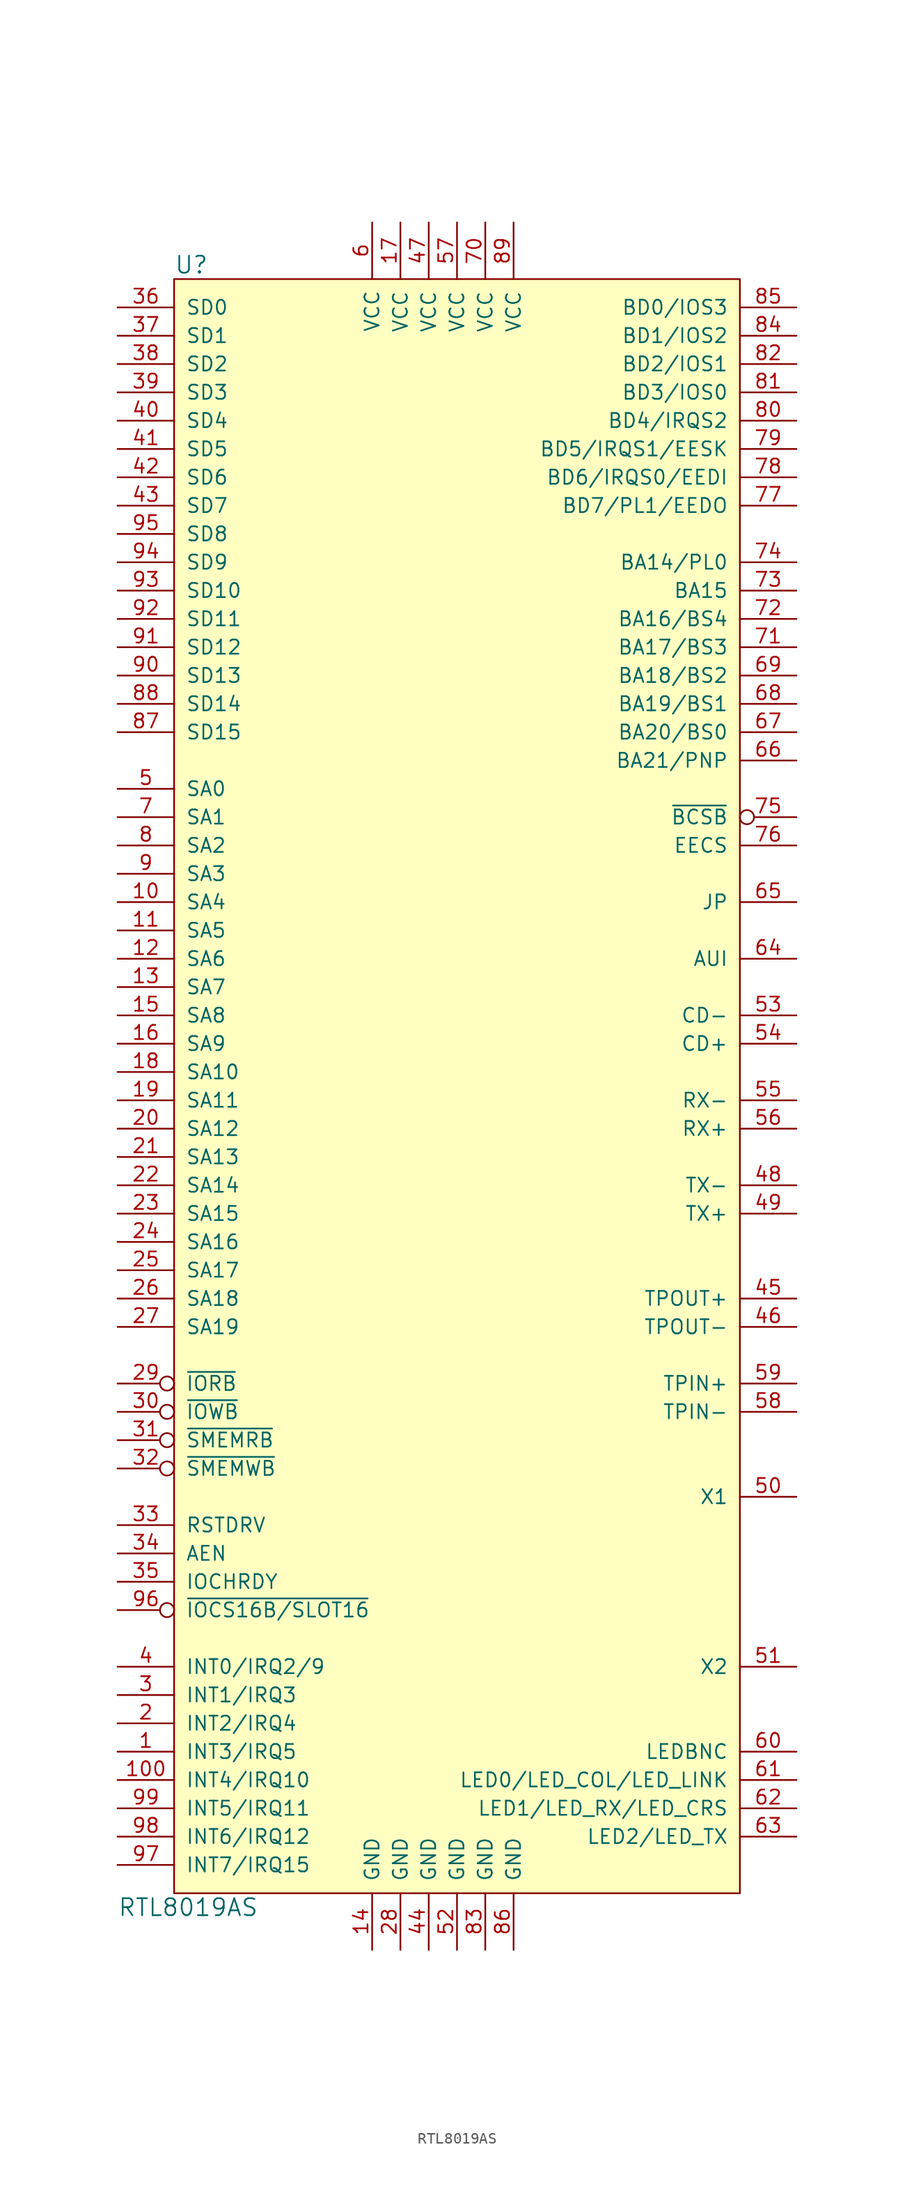
<source format=kicad_sym>
(kicad_symbol_lib
  (version 20211014)
  (generator kicad_symbol_editor)
  (symbol "RTL8019AS"
    (pin_names
      (offset 1.016))
    (property "Reference" "U"
      (at -25.4 73.66 0)
      (effects (font (size 1.524 1.524)) (justify left)))
    (property "Value" "RTL8019AS"
      (at -30.48 -73.66 0)
      (effects (font (size 1.524 1.524)) (justify left)))
    (property "Footprint" ""
      (at 0 13.97 0)
      (effects (font (size 1.524 1.524))))
    (property "Datasheet" ""
      (at 0 13.97 0)
      (effects (font (size 1.524 1.524))))
    (symbol "RTL8019AS_0_1"
      (rectangle (start -25.4 72.39) (end 25.4 -72.39) (stroke (width 0) (type default) (color 0 0 0 0)) (fill (type background))))
    (symbol "RTL8019AS_1_1"
      (pin open_collector line (at -30.48 -59.69 0) (length 5.08) (name "INT3/IRQ5" (effects (font (size 1.27 1.27)))) (number "1" (effects (font (size 1.27 1.27)))))
      (pin input line (at -30.48 16.51 0) (length 5.08) (name "SA4" (effects (font (size 1.27 1.27)))) (number "10" (effects (font (size 1.27 1.27)))))
      (pin open_collector line (at -30.48 -62.23 0) (length 5.08) (name "INT4/IRQ10" (effects (font (size 1.27 1.27)))) (number "100" (effects (font (size 1.27 1.27)))))
      (pin input line (at -30.48 13.97 0) (length 5.08) (name "SA5" (effects (font (size 1.27 1.27)))) (number "11" (effects (font (size 1.27 1.27)))))
      (pin input line (at -30.48 11.43 0) (length 5.08) (name "SA6" (effects (font (size 1.27 1.27)))) (number "12" (effects (font (size 1.27 1.27)))))
      (pin input line (at -30.48 8.89 0) (length 5.08) (name "SA7" (effects (font (size 1.27 1.27)))) (number "13" (effects (font (size 1.27 1.27)))))
      (pin power_in line (at -7.62 -77.47 90) (length 5.08) (name "GND" (effects (font (size 1.27 1.27)))) (number "14" (effects (font (size 1.27 1.27)))))
      (pin input line (at -30.48 6.35 0) (length 5.08) (name "SA8" (effects (font (size 1.27 1.27)))) (number "15" (effects (font (size 1.27 1.27)))))
      (pin input line (at -30.48 3.81 0) (length 5.08) (name "SA9" (effects (font (size 1.27 1.27)))) (number "16" (effects (font (size 1.27 1.27)))))
      (pin power_in line (at -5.08 77.47 270) (length 5.08) (name "VCC" (effects (font (size 1.27 1.27)))) (number "17" (effects (font (size 1.27 1.27)))))
      (pin input line (at -30.48 1.27 0) (length 5.08) (name "SA10" (effects (font (size 1.27 1.27)))) (number "18" (effects (font (size 1.27 1.27)))))
      (pin input line (at -30.48 -1.27 0) (length 5.08) (name "SA11" (effects (font (size 1.27 1.27)))) (number "19" (effects (font (size 1.27 1.27)))))
      (pin open_collector line (at -30.48 -57.15 0) (length 5.08) (name "INT2/IRQ4" (effects (font (size 1.27 1.27)))) (number "2" (effects (font (size 1.27 1.27)))))
      (pin input line (at -30.48 -3.81 0) (length 5.08) (name "SA12" (effects (font (size 1.27 1.27)))) (number "20" (effects (font (size 1.27 1.27)))))
      (pin input line (at -30.48 -6.35 0) (length 5.08) (name "SA13" (effects (font (size 1.27 1.27)))) (number "21" (effects (font (size 1.27 1.27)))))
      (pin input line (at -30.48 -8.89 0) (length 5.08) (name "SA14" (effects (font (size 1.27 1.27)))) (number "22" (effects (font (size 1.27 1.27)))))
      (pin input line (at -30.48 -11.43 0) (length 5.08) (name "SA15" (effects (font (size 1.27 1.27)))) (number "23" (effects (font (size 1.27 1.27)))))
      (pin input line (at -30.48 -13.97 0) (length 5.08) (name "SA16" (effects (font (size 1.27 1.27)))) (number "24" (effects (font (size 1.27 1.27)))))
      (pin input line (at -30.48 -16.51 0) (length 5.08) (name "SA17" (effects (font (size 1.27 1.27)))) (number "25" (effects (font (size 1.27 1.27)))))
      (pin input line (at -30.48 -19.05 0) (length 5.08) (name "SA18" (effects (font (size 1.27 1.27)))) (number "26" (effects (font (size 1.27 1.27)))))
      (pin input line (at -30.48 -21.59 0) (length 5.08) (name "SA19" (effects (font (size 1.27 1.27)))) (number "27" (effects (font (size 1.27 1.27)))))
      (pin power_in line (at -5.08 -77.47 90) (length 5.08) (name "GND" (effects (font (size 1.27 1.27)))) (number "28" (effects (font (size 1.27 1.27)))))
      (pin input inverted (at -30.48 -26.67 0) (length 5.08) (name "~{IORB}" (effects (font (size 1.27 1.27)))) (number "29" (effects (font (size 1.27 1.27)))))
      (pin open_collector line (at -30.48 -54.61 0) (length 5.08) (name "INT1/IRQ3" (effects (font (size 1.27 1.27)))) (number "3" (effects (font (size 1.27 1.27)))))
      (pin input inverted (at -30.48 -29.21 0) (length 5.08) (name "~{IOWB}" (effects (font (size 1.27 1.27)))) (number "30" (effects (font (size 1.27 1.27)))))
      (pin input inverted (at -30.48 -31.75 0) (length 5.08) (name "~{SMEMRB}" (effects (font (size 1.27 1.27)))) (number "31" (effects (font (size 1.27 1.27)))))
      (pin input inverted (at -30.48 -34.29 0) (length 5.08) (name "~{SMEMWB}" (effects (font (size 1.27 1.27)))) (number "32" (effects (font (size 1.27 1.27)))))
      (pin input line (at -30.48 -39.37 0) (length 5.08) (name "RSTDRV" (effects (font (size 1.27 1.27)))) (number "33" (effects (font (size 1.27 1.27)))))
      (pin input line (at -30.48 -41.91 0) (length 5.08) (name "AEN" (effects (font (size 1.27 1.27)))) (number "34" (effects (font (size 1.27 1.27)))))
      (pin open_collector line (at -30.48 -44.45 0) (length 5.08) (name "IOCHRDY" (effects (font (size 1.27 1.27)))) (number "35" (effects (font (size 1.27 1.27)))))
      (pin bidirectional line (at -30.48 69.85 0) (length 5.08) (name "SD0" (effects (font (size 1.27 1.27)))) (number "36" (effects (font (size 1.27 1.27)))))
      (pin bidirectional line (at -30.48 67.31 0) (length 5.08) (name "SD1" (effects (font (size 1.27 1.27)))) (number "37" (effects (font (size 1.27 1.27)))))
      (pin bidirectional line (at -30.48 64.77 0) (length 5.08) (name "SD2" (effects (font (size 1.27 1.27)))) (number "38" (effects (font (size 1.27 1.27)))))
      (pin bidirectional line (at -30.48 62.23 0) (length 5.08) (name "SD3" (effects (font (size 1.27 1.27)))) (number "39" (effects (font (size 1.27 1.27)))))
      (pin open_collector line (at -30.48 -52.07 0) (length 5.08) (name "INT0/IRQ2/9" (effects (font (size 1.27 1.27)))) (number "4" (effects (font (size 1.27 1.27)))))
      (pin bidirectional line (at -30.48 59.69 0) (length 5.08) (name "SD4" (effects (font (size 1.27 1.27)))) (number "40" (effects (font (size 1.27 1.27)))))
      (pin bidirectional line (at -30.48 57.15 0) (length 5.08) (name "SD5" (effects (font (size 1.27 1.27)))) (number "41" (effects (font (size 1.27 1.27)))))
      (pin bidirectional line (at -30.48 54.61 0) (length 5.08) (name "SD6" (effects (font (size 1.27 1.27)))) (number "42" (effects (font (size 1.27 1.27)))))
      (pin bidirectional line (at -30.48 52.07 0) (length 5.08) (name "SD7" (effects (font (size 1.27 1.27)))) (number "43" (effects (font (size 1.27 1.27)))))
      (pin power_in line (at -2.54 -77.47 90) (length 5.08) (name "GND" (effects (font (size 1.27 1.27)))) (number "44" (effects (font (size 1.27 1.27)))))
      (pin output line (at 30.48 -19.05 180) (length 5.08) (name "TPOUT+" (effects (font (size 1.27 1.27)))) (number "45" (effects (font (size 1.27 1.27)))))
      (pin output line (at 30.48 -21.59 180) (length 5.08) (name "TPOUT-" (effects (font (size 1.27 1.27)))) (number "46" (effects (font (size 1.27 1.27)))))
      (pin power_in line (at -2.54 77.47 270) (length 5.08) (name "VCC" (effects (font (size 1.27 1.27)))) (number "47" (effects (font (size 1.27 1.27)))))
      (pin output line (at 30.48 -8.89 180) (length 5.08) (name "TX-" (effects (font (size 1.27 1.27)))) (number "48" (effects (font (size 1.27 1.27)))))
      (pin output line (at 30.48 -11.43 180) (length 5.08) (name "TX+" (effects (font (size 1.27 1.27)))) (number "49" (effects (font (size 1.27 1.27)))))
      (pin input line (at -30.48 26.67 0) (length 5.08) (name "SA0" (effects (font (size 1.27 1.27)))) (number "5" (effects (font (size 1.27 1.27)))))
      (pin input line (at 30.48 -36.83 180) (length 5.08) (name "X1" (effects (font (size 1.27 1.27)))) (number "50" (effects (font (size 1.27 1.27)))))
      (pin output line (at 30.48 -52.07 180) (length 5.08) (name "X2" (effects (font (size 1.27 1.27)))) (number "51" (effects (font (size 1.27 1.27)))))
      (pin power_in line (at 0 -77.47 90) (length 5.08) (name "GND" (effects (font (size 1.27 1.27)))) (number "52" (effects (font (size 1.27 1.27)))))
      (pin input line (at 30.48 6.35 180) (length 5.08) (name "CD-" (effects (font (size 1.27 1.27)))) (number "53" (effects (font (size 1.27 1.27)))))
      (pin input line (at 30.48 3.81 180) (length 5.08) (name "CD+" (effects (font (size 1.27 1.27)))) (number "54" (effects (font (size 1.27 1.27)))))
      (pin input line (at 30.48 -1.27 180) (length 5.08) (name "RX-" (effects (font (size 1.27 1.27)))) (number "55" (effects (font (size 1.27 1.27)))))
      (pin input line (at 30.48 -3.81 180) (length 5.08) (name "RX+" (effects (font (size 1.27 1.27)))) (number "56" (effects (font (size 1.27 1.27)))))
      (pin power_in line (at 0 77.47 270) (length 5.08) (name "VCC" (effects (font (size 1.27 1.27)))) (number "57" (effects (font (size 1.27 1.27)))))
      (pin input line (at 30.48 -29.21 180) (length 5.08) (name "TPIN-" (effects (font (size 1.27 1.27)))) (number "58" (effects (font (size 1.27 1.27)))))
      (pin input line (at 30.48 -26.67 180) (length 5.08) (name "TPIN+" (effects (font (size 1.27 1.27)))) (number "59" (effects (font (size 1.27 1.27)))))
      (pin power_in line (at -7.62 77.47 270) (length 5.029) (name "VCC" (effects (font (size 1.27 1.27)))) (number "6" (effects (font (size 1.27 1.27)))))
      (pin output line (at 30.48 -59.69 180) (length 5.08) (name "LEDBNC" (effects (font (size 1.27 1.27)))) (number "60" (effects (font (size 1.27 1.27)))))
      (pin output line (at 30.48 -62.23 180) (length 5.08) (name "LED0/LED_COL/LED_LINK" (effects (font (size 1.27 1.27)))) (number "61" (effects (font (size 1.27 1.27)))))
      (pin output line (at 30.48 -64.77 180) (length 5.08) (name "LED1/LED_RX/LED_CRS" (effects (font (size 1.27 1.27)))) (number "62" (effects (font (size 1.27 1.27)))))
      (pin output line (at 30.48 -67.31 180) (length 5.08) (name "LED2/LED_TX" (effects (font (size 1.27 1.27)))) (number "63" (effects (font (size 1.27 1.27)))))
      (pin input line (at 30.48 11.43 180) (length 5.08) (name "AUI" (effects (font (size 1.27 1.27)))) (number "64" (effects (font (size 1.27 1.27)))))
      (pin input line (at 30.48 16.51 180) (length 5.08) (name "JP" (effects (font (size 1.27 1.27)))) (number "65" (effects (font (size 1.27 1.27)))))
      (pin bidirectional line (at 30.48 29.21 180) (length 5.08) (name "BA21/PNP" (effects (font (size 1.27 1.27)))) (number "66" (effects (font (size 1.27 1.27)))))
      (pin bidirectional line (at 30.48 31.75 180) (length 5.08) (name "BA20/BS0" (effects (font (size 1.27 1.27)))) (number "67" (effects (font (size 1.27 1.27)))))
      (pin bidirectional line (at 30.48 34.29 180) (length 5.08) (name "BA19/BS1" (effects (font (size 1.27 1.27)))) (number "68" (effects (font (size 1.27 1.27)))))
      (pin bidirectional line (at 30.48 36.83 180) (length 5.08) (name "BA18/BS2" (effects (font (size 1.27 1.27)))) (number "69" (effects (font (size 1.27 1.27)))))
      (pin input line (at -30.48 24.13 0) (length 5.08) (name "SA1" (effects (font (size 1.27 1.27)))) (number "7" (effects (font (size 1.27 1.27)))))
      (pin power_in line (at 2.54 77.47 270) (length 5.08) (name "VCC" (effects (font (size 1.27 1.27)))) (number "70" (effects (font (size 1.27 1.27)))))
      (pin bidirectional line (at 30.48 39.37 180) (length 5.08) (name "BA17/BS3" (effects (font (size 1.27 1.27)))) (number "71" (effects (font (size 1.27 1.27)))))
      (pin bidirectional line (at 30.48 41.91 180) (length 5.08) (name "BA16/BS4" (effects (font (size 1.27 1.27)))) (number "72" (effects (font (size 1.27 1.27)))))
      (pin output line (at 30.48 44.45 180) (length 5.08) (name "BA15" (effects (font (size 1.27 1.27)))) (number "73" (effects (font (size 1.27 1.27)))))
      (pin bidirectional line (at 30.48 46.99 180) (length 5.08) (name "BA14/PL0" (effects (font (size 1.27 1.27)))) (number "74" (effects (font (size 1.27 1.27)))))
      (pin output inverted (at 30.48 24.13 180) (length 5.08) (name "~{BCSB}" (effects (font (size 1.27 1.27)))) (number "75" (effects (font (size 1.27 1.27)))))
      (pin output line (at 30.48 21.59 180) (length 5.08) (name "EECS" (effects (font (size 1.27 1.27)))) (number "76" (effects (font (size 1.27 1.27)))))
      (pin bidirectional line (at 30.48 52.07 180) (length 5.08) (name "BD7/PL1/EEDO" (effects (font (size 1.27 1.27)))) (number "77" (effects (font (size 1.27 1.27)))))
      (pin bidirectional line (at 30.48 54.61 180) (length 5.08) (name "BD6/IRQS0/EEDI" (effects (font (size 1.27 1.27)))) (number "78" (effects (font (size 1.27 1.27)))))
      (pin bidirectional line (at 30.48 57.15 180) (length 5.08) (name "BD5/IRQS1/EESK" (effects (font (size 1.27 1.27)))) (number "79" (effects (font (size 1.27 1.27)))))
      (pin input line (at -30.48 21.59 0) (length 5.08) (name "SA2" (effects (font (size 1.27 1.27)))) (number "8" (effects (font (size 1.27 1.27)))))
      (pin bidirectional line (at 30.48 59.69 180) (length 5.08) (name "BD4/IRQS2" (effects (font (size 1.27 1.27)))) (number "80" (effects (font (size 1.27 1.27)))))
      (pin bidirectional line (at 30.48 62.23 180) (length 5.08) (name "BD3/IOS0" (effects (font (size 1.27 1.27)))) (number "81" (effects (font (size 1.27 1.27)))))
      (pin bidirectional line (at 30.48 64.77 180) (length 5.08) (name "BD2/IOS1" (effects (font (size 1.27 1.27)))) (number "82" (effects (font (size 1.27 1.27)))))
      (pin power_in line (at 2.54 -77.47 90) (length 5.08) (name "GND" (effects (font (size 1.27 1.27)))) (number "83" (effects (font (size 1.27 1.27)))))
      (pin bidirectional line (at 30.48 67.31 180) (length 5.08) (name "BD1/IOS2" (effects (font (size 1.27 1.27)))) (number "84" (effects (font (size 1.27 1.27)))))
      (pin bidirectional line (at 30.48 69.85 180) (length 5.08) (name "BD0/IOS3" (effects (font (size 1.27 1.27)))) (number "85" (effects (font (size 1.27 1.27)))))
      (pin power_in line (at 5.08 -77.47 90) (length 5.08) (name "GND" (effects (font (size 1.27 1.27)))) (number "86" (effects (font (size 1.27 1.27)))))
      (pin bidirectional line (at -30.48 31.75 0) (length 5.08) (name "SD15" (effects (font (size 1.27 1.27)))) (number "87" (effects (font (size 1.27 1.27)))))
      (pin bidirectional line (at -30.48 34.29 0) (length 5.08) (name "SD14" (effects (font (size 1.27 1.27)))) (number "88" (effects (font (size 1.27 1.27)))))
      (pin power_in line (at 5.08 77.47 270) (length 5.08) (name "VCC" (effects (font (size 1.27 1.27)))) (number "89" (effects (font (size 1.27 1.27)))))
      (pin input line (at -30.48 19.05 0) (length 5.08) (name "SA3" (effects (font (size 1.27 1.27)))) (number "9" (effects (font (size 1.27 1.27)))))
      (pin bidirectional line (at -30.48 36.83 0) (length 5.08) (name "SD13" (effects (font (size 1.27 1.27)))) (number "90" (effects (font (size 1.27 1.27)))))
      (pin bidirectional line (at -30.48 39.37 0) (length 5.08) (name "SD12" (effects (font (size 1.27 1.27)))) (number "91" (effects (font (size 1.27 1.27)))))
      (pin bidirectional line (at -30.48 41.91 0) (length 5.08) (name "SD11" (effects (font (size 1.27 1.27)))) (number "92" (effects (font (size 1.27 1.27)))))
      (pin bidirectional line (at -30.48 44.45 0) (length 5.08) (name "SD10" (effects (font (size 1.27 1.27)))) (number "93" (effects (font (size 1.27 1.27)))))
      (pin bidirectional line (at -30.48 46.99 0) (length 5.08) (name "SD9" (effects (font (size 1.27 1.27)))) (number "94" (effects (font (size 1.27 1.27)))))
      (pin bidirectional line (at -30.48 49.53 0) (length 5.08) (name "SD8" (effects (font (size 1.27 1.27)))) (number "95" (effects (font (size 1.27 1.27)))))
      (pin open_collector inverted (at -30.48 -46.99 0) (length 5.08) (name "~{IOCS16B/SLOT16}" (effects (font (size 1.27 1.27)))) (number "96" (effects (font (size 1.27 1.27)))))
      (pin open_collector line (at -30.48 -69.85 0) (length 5.08) (name "INT7/IRQ15" (effects (font (size 1.27 1.27)))) (number "97" (effects (font (size 1.27 1.27)))))
      (pin open_collector line (at -30.48 -67.31 0) (length 5.08) (name "INT6/IRQ12" (effects (font (size 1.27 1.27)))) (number "98" (effects (font (size 1.27 1.27)))))
      (pin open_collector line (at -30.48 -64.77 0) (length 5.08) (name "INT5/IRQ11" (effects (font (size 1.27 1.27)))) (number "99" (effects (font (size 1.27 1.27))))))))
</source>
